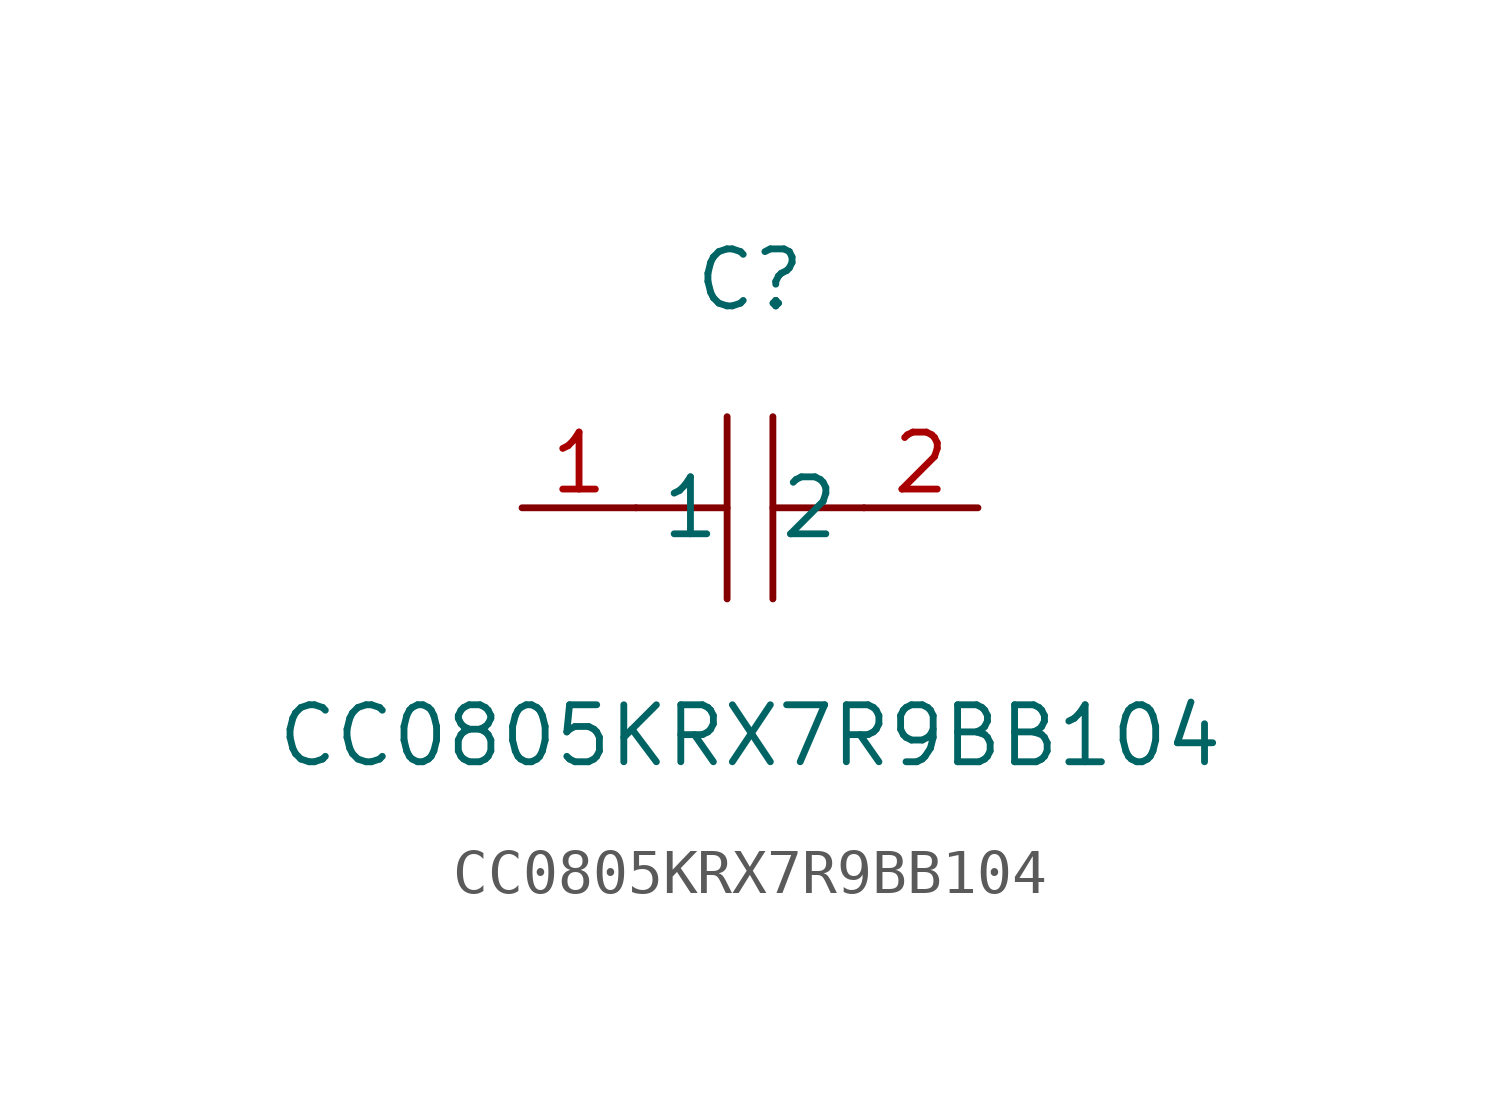
<source format=kicad_sym>
(kicad_symbol_lib
  (version 1)
  (generator "faebryk")
  (symbol "CC0805KRX7R9BB104"
    (property "Reference" "C"
      (at 0 5.08 0)
      (effects (font (size 1.27 1.27)) (hide no)))
    (property "Value" "CC0805KRX7R9BB104"
      (at 0 -5.08 0)
      (effects (font (size 1.27 1.27)) (hide no)))
    (symbol "CC0805KRX7R9BB104_0_1"
      (polyline (stroke (width 0) (type default) (color 0 0 0 0)) (fill (type none)) (pts (xy -0.51 0) (xy -2.54 0)))
      (polyline (stroke (width 0) (type default) (color 0 0 0 0)) (fill (type none)) (pts (xy 0.51 2.03) (xy 0.51 -2.03)))
      (polyline (stroke (width 0) (type default) (color 0 0 0 0)) (fill (type none)) (pts (xy 2.54 0) (xy 0.51 0)))
      (polyline (stroke (width 0) (type default) (color 0 0 0 0)) (fill (type none)) (pts (xy -0.51 -2.03) (xy -0.51 2.03)))
      (pin unspecified line (at 5.08 0 180) (length 2.54) (name "2" (effects (font (size 1.27 1.27)) (hide no))) (number "2" (effects (font (size 1.27 1.27)) (hide no))))
      (pin unspecified line (at -5.08 0 0) (length 2.54) (name "1" (effects (font (size 1.27 1.27)) (hide no))) (number "1" (effects (font (size 1.27 1.27)) (hide no)))))))
</source>
